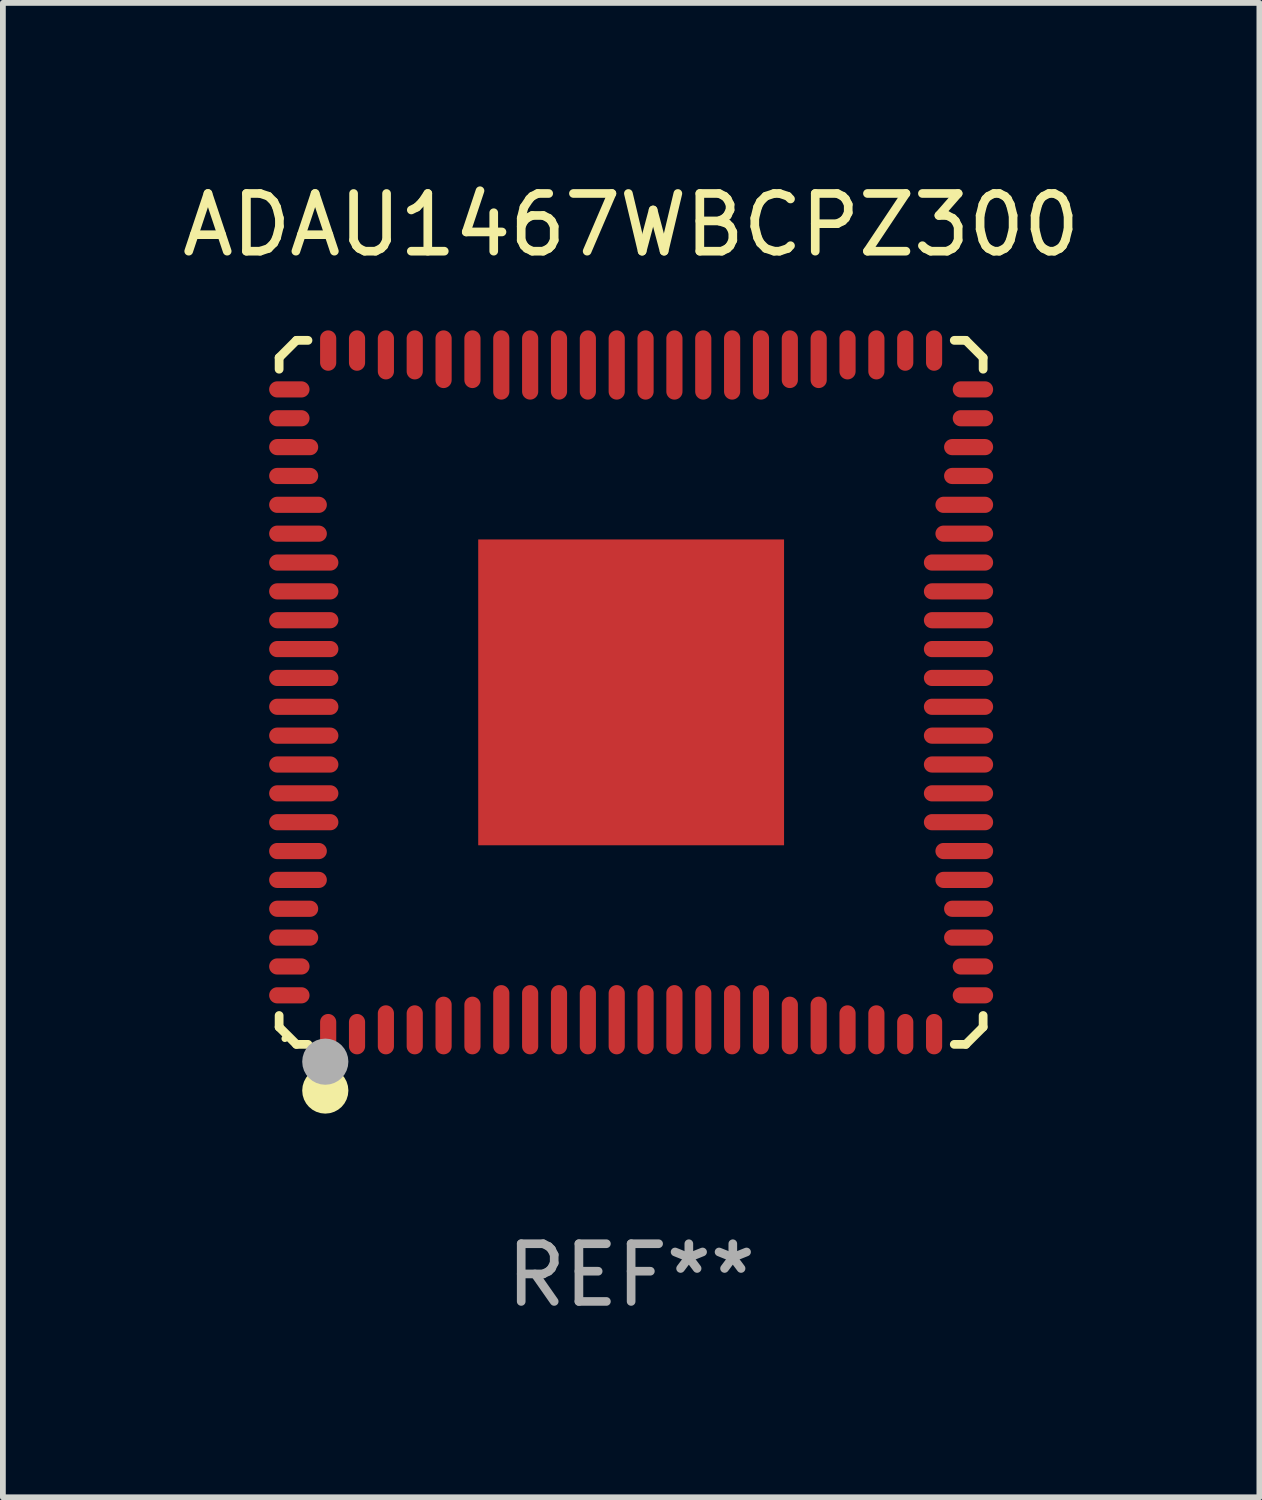
<source format=kicad_pcb>
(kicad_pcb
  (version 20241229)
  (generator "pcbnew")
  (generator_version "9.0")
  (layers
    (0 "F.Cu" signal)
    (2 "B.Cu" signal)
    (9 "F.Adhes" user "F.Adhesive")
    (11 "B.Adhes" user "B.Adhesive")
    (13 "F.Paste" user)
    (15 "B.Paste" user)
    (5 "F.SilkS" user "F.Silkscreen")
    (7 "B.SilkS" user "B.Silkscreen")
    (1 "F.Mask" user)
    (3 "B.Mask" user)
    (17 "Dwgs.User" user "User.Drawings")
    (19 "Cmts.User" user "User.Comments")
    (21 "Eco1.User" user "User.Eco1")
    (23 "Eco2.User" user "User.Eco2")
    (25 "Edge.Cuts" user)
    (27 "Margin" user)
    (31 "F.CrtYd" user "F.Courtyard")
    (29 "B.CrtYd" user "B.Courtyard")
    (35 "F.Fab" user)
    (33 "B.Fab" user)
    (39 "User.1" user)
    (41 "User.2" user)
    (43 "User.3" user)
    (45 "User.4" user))
  (footprint "ADAU1467WBCPZ300"
    (layer "F.Cu")
    (at 7.887 8.948)
    (property "Reference" "ADAU1467WBCPZ300" (at 0 -8.1 0) (layer "F.SilkS") (effects (font (size 1 1) (thickness 0.15))))
    (attr through_hole)
    (fp_line (start -6.1 -5.8) (end -6.1 -5.6) (stroke (width 0.152) (type solid)) (layer "F.SilkS"))
    (fp_line (start -6.1 5.6) (end -6.1 5.8) (stroke (width 0.152) (type solid)) (layer "F.SilkS"))
    (fp_line (start -6.1 5.8) (end -5.8 6.1) (stroke (width 0.152) (type solid)) (layer "F.SilkS"))
    (fp_line (start -5.8 -6.1) (end -6.1 -5.8) (stroke (width 0.152) (type solid)) (layer "F.SilkS"))
    (fp_line (start -5.8 6.1) (end -5.6 6.1) (stroke (width 0.152) (type solid)) (layer "F.SilkS"))
    (fp_line (start -5.6 -6.1) (end -5.8 -6.1) (stroke (width 0.152) (type solid)) (layer "F.SilkS"))
    (fp_line (start 5.6 6.1) (end 5.8 6.1) (stroke (width 0.152) (type solid)) (layer "F.SilkS"))
    (fp_line (start 5.8 -6.1) (end 5.6 -6.1) (stroke (width 0.152) (type solid)) (layer "F.SilkS"))
    (fp_line (start 5.8 6.1) (end 6.1 5.8) (stroke (width 0.152) (type solid)) (layer "F.SilkS"))
    (fp_line (start 6.1 -5.8) (end 5.8 -6.1) (stroke (width 0.152) (type solid)) (layer "F.SilkS"))
    (fp_line (start 6.1 -5.6) (end 6.1 -5.8) (stroke (width 0.152) (type solid)) (layer "F.SilkS"))
    (fp_line (start 6.1 5.8) (end 6.1 5.6) (stroke (width 0.152) (type solid)) (layer "F.SilkS"))
    (fp_circle (center -6 6) (end -5.97 6) (stroke (width 0.06) (type solid)) (fill no) (layer "F.SilkS"))
    (fp_circle (center -5.3 6.9) (end -5.1 6.9) (stroke (width 0.4) (type solid)) (fill no) (layer "F.SilkS"))
    (fp_circle (center -5.3 6.4) (end -5.1 6.4) (stroke (width 0.4) (type solid)) (fill no) (layer "F.Fab"))
    (fp_text user "REF**" (at 0 10.1 0) (layer "F.Fab") (effects (font (size 1 1) (thickness 0.15))))
    (pad "1" smd oval (at -5.25 5.923) (size 0.28 0.7) (layers "F.Cu" "F.Mask" "F.Paste"))
    (pad "2" smd oval (at -4.75 5.923) (size 0.28 0.7) (layers "F.Cu" "F.Mask" "F.Paste"))
    (pad "3" smd oval (at -4.25 5.848) (size 0.28 0.85) (layers "F.Cu" "F.Mask" "F.Paste"))
    (pad "4" smd oval (at -3.75 5.848) (size 0.28 0.85) (layers "F.Cu" "F.Mask" "F.Paste"))
    (pad "5" smd oval (at -3.25 5.773) (size 0.28 1) (layers "F.Cu" "F.Mask" "F.Paste"))
    (pad "6" smd oval (at -2.75 5.773) (size 0.28 1) (layers "F.Cu" "F.Mask" "F.Paste"))
    (pad "7" smd oval (at -2.25 5.673) (size 0.28 1.2) (layers "F.Cu" "F.Mask" "F.Paste"))
    (pad "8" smd oval (at -1.75 5.673) (size 0.28 1.2) (layers "F.Cu" "F.Mask" "F.Paste"))
    (pad "9" smd oval (at -1.25 5.673) (size 0.28 1.2) (layers "F.Cu" "F.Mask" "F.Paste"))
    (pad "10" smd oval (at -0.75 5.673) (size 0.28 1.2) (layers "F.Cu" "F.Mask" "F.Paste"))
    (pad "11" smd oval (at -0.25 5.673) (size 0.28 1.2) (layers "F.Cu" "F.Mask" "F.Paste"))
    (pad "12" smd oval (at 0.25 5.673) (size 0.28 1.2) (layers "F.Cu" "F.Mask" "F.Paste"))
    (pad "13" smd oval (at 0.75 5.673) (size 0.28 1.2) (layers "F.Cu" "F.Mask" "F.Paste"))
    (pad "14" smd oval (at 1.25 5.673) (size 0.28 1.2) (layers "F.Cu" "F.Mask" "F.Paste"))
    (pad "15" smd oval (at 1.75 5.673) (size 0.28 1.2) (layers "F.Cu" "F.Mask" "F.Paste"))
    (pad "16" smd oval (at 2.25 5.673) (size 0.28 1.2) (layers "F.Cu" "F.Mask" "F.Paste"))
    (pad "17" smd oval (at 2.75 5.773) (size 0.28 1) (layers "F.Cu" "F.Mask" "F.Paste"))
    (pad "18" smd oval (at 3.25 5.773) (size 0.28 1) (layers "F.Cu" "F.Mask" "F.Paste"))
    (pad "19" smd oval (at 3.75 5.848) (size 0.28 0.85) (layers "F.Cu" "F.Mask" "F.Paste"))
    (pad "20" smd oval (at 4.25 5.848) (size 0.28 0.85) (layers "F.Cu" "F.Mask" "F.Paste"))
    (pad "21" smd oval (at 4.75 5.923) (size 0.28 0.7) (layers "F.Cu" "F.Mask" "F.Paste"))
    (pad "22" smd oval (at 5.25 5.923) (size 0.28 0.7) (layers "F.Cu" "F.Mask" "F.Paste"))
    (pad "23" smd oval (at 5.923 5.25) (size 0.7 0.28) (layers "F.Cu" "F.Mask" "F.Paste"))
    (pad "24" smd oval (at 5.923 4.75) (size 0.7 0.28) (layers "F.Cu" "F.Mask" "F.Paste"))
    (pad "25" smd oval (at 5.848 4.25) (size 0.85 0.28) (layers "F.Cu" "F.Mask" "F.Paste"))
    (pad "26" smd oval (at 5.848 3.75) (size 0.85 0.28) (layers "F.Cu" "F.Mask" "F.Paste"))
    (pad "27" smd oval (at 5.773 3.25) (size 1 0.28) (layers "F.Cu" "F.Mask" "F.Paste"))
    (pad "28" smd oval (at 5.773 2.75) (size 1 0.28) (layers "F.Cu" "F.Mask" "F.Paste"))
    (pad "29" smd oval (at 5.673 2.25) (size 1.2 0.28) (layers "F.Cu" "F.Mask" "F.Paste"))
    (pad "30" smd oval (at 5.673 1.75) (size 1.2 0.28) (layers "F.Cu" "F.Mask" "F.Paste"))
    (pad "31" smd oval (at 5.673 1.25) (size 1.2 0.28) (layers "F.Cu" "F.Mask" "F.Paste"))
    (pad "32" smd oval (at 5.673 0.75) (size 1.2 0.28) (layers "F.Cu" "F.Mask" "F.Paste"))
    (pad "33" smd oval (at 5.673 0.25) (size 1.2 0.28) (layers "F.Cu" "F.Mask" "F.Paste"))
    (pad "34" smd oval (at 5.673 -0.25) (size 1.2 0.28) (layers "F.Cu" "F.Mask" "F.Paste"))
    (pad "35" smd oval (at 5.673 -0.75) (size 1.2 0.28) (layers "F.Cu" "F.Mask" "F.Paste"))
    (pad "36" smd oval (at 5.673 -1.25) (size 1.2 0.28) (layers "F.Cu" "F.Mask" "F.Paste"))
    (pad "37" smd oval (at 5.673 -1.75) (size 1.2 0.28) (layers "F.Cu" "F.Mask" "F.Paste"))
    (pad "38" smd oval (at 5.673 -2.25) (size 1.2 0.28) (layers "F.Cu" "F.Mask" "F.Paste"))
    (pad "39" smd oval (at 5.773 -2.75) (size 1 0.28) (layers "F.Cu" "F.Mask" "F.Paste"))
    (pad "40" smd oval (at 5.773 -3.25) (size 1 0.28) (layers "F.Cu" "F.Mask" "F.Paste"))
    (pad "41" smd oval (at 5.848 -3.75) (size 0.85 0.28) (layers "F.Cu" "F.Mask" "F.Paste"))
    (pad "42" smd oval (at 5.848 -4.25) (size 0.85 0.28) (layers "F.Cu" "F.Mask" "F.Paste"))
    (pad "43" smd oval (at 5.923 -4.75) (size 0.7 0.28) (layers "F.Cu" "F.Mask" "F.Paste"))
    (pad "44" smd oval (at 5.923 -5.25) (size 0.7 0.28) (layers "F.Cu" "F.Mask" "F.Paste"))
    (pad "45" smd oval (at 5.25 -5.923) (size 0.28 0.7) (layers "F.Cu" "F.Mask" "F.Paste"))
    (pad "46" smd oval (at 4.75 -5.923) (size 0.28 0.7) (layers "F.Cu" "F.Mask" "F.Paste"))
    (pad "47" smd oval (at 4.25 -5.848) (size 0.28 0.85) (layers "F.Cu" "F.Mask" "F.Paste"))
    (pad "48" smd oval (at 3.75 -5.848) (size 0.28 0.85) (layers "F.Cu" "F.Mask" "F.Paste"))
    (pad "49" smd oval (at 3.25 -5.773) (size 0.28 1) (layers "F.Cu" "F.Mask" "F.Paste"))
    (pad "50" smd oval (at 2.75 -5.773) (size 0.28 1) (layers "F.Cu" "F.Mask" "F.Paste"))
    (pad "51" smd oval (at 2.25 -5.673) (size 0.28 1.2) (layers "F.Cu" "F.Mask" "F.Paste"))
    (pad "52" smd oval (at 1.75 -5.673) (size 0.28 1.2) (layers "F.Cu" "F.Mask" "F.Paste"))
    (pad "53" smd oval (at 1.25 -5.673) (size 0.28 1.2) (layers "F.Cu" "F.Mask" "F.Paste"))
    (pad "54" smd oval (at 0.75 -5.673) (size 0.28 1.2) (layers "F.Cu" "F.Mask" "F.Paste"))
    (pad "55" smd oval (at 0.25 -5.673) (size 0.28 1.2) (layers "F.Cu" "F.Mask" "F.Paste"))
    (pad "56" smd oval (at -0.25 -5.673) (size 0.28 1.2) (layers "F.Cu" "F.Mask" "F.Paste"))
    (pad "57" smd oval (at -0.75 -5.673) (size 0.28 1.2) (layers "F.Cu" "F.Mask" "F.Paste"))
    (pad "58" smd oval (at -1.25 -5.673) (size 0.28 1.2) (layers "F.Cu" "F.Mask" "F.Paste"))
    (pad "59" smd oval (at -1.75 -5.673) (size 0.28 1.2) (layers "F.Cu" "F.Mask" "F.Paste"))
    (pad "60" smd oval (at -2.25 -5.673) (size 0.28 1.2) (layers "F.Cu" "F.Mask" "F.Paste"))
    (pad "61" smd oval (at -2.75 -5.773) (size 0.28 1) (layers "F.Cu" "F.Mask" "F.Paste"))
    (pad "62" smd oval (at -3.25 -5.773) (size 0.28 1) (layers "F.Cu" "F.Mask" "F.Paste"))
    (pad "63" smd oval (at -3.75 -5.848) (size 0.28 0.85) (layers "F.Cu" "F.Mask" "F.Paste"))
    (pad "64" smd oval (at -4.25 -5.848) (size 0.28 0.85) (layers "F.Cu" "F.Mask" "F.Paste"))
    (pad "65" smd oval (at -4.75 -5.923) (size 0.28 0.7) (layers "F.Cu" "F.Mask" "F.Paste"))
    (pad "66" smd oval (at -5.25 -5.923) (size 0.28 0.7) (layers "F.Cu" "F.Mask" "F.Paste"))
    (pad "67" smd oval (at -5.923 -5.25) (size 0.7 0.28) (layers "F.Cu" "F.Mask" "F.Paste"))
    (pad "68" smd oval (at -5.923 -4.75) (size 0.7 0.28) (layers "F.Cu" "F.Mask" "F.Paste"))
    (pad "69" smd oval (at -5.848 -4.25) (size 0.85 0.28) (layers "F.Cu" "F.Mask" "F.Paste"))
    (pad "70" smd oval (at -5.848 -3.75) (size 0.85 0.28) (layers "F.Cu" "F.Mask" "F.Paste"))
    (pad "71" smd oval (at -5.773 -3.25) (size 1 0.28) (layers "F.Cu" "F.Mask" "F.Paste"))
    (pad "72" smd oval (at -5.773 -2.75) (size 1 0.28) (layers "F.Cu" "F.Mask" "F.Paste"))
    (pad "73" smd oval (at -5.673 -2.25) (size 1.2 0.28) (layers "F.Cu" "F.Mask" "F.Paste"))
    (pad "74" smd oval (at -5.673 -1.75) (size 1.2 0.28) (layers "F.Cu" "F.Mask" "F.Paste"))
    (pad "75" smd oval (at -5.673 -1.25) (size 1.2 0.28) (layers "F.Cu" "F.Mask" "F.Paste"))
    (pad "76" smd oval (at -5.673 -0.75) (size 1.2 0.28) (layers "F.Cu" "F.Mask" "F.Paste"))
    (pad "77" smd oval (at -5.673 -0.25) (size 1.2 0.28) (layers "F.Cu" "F.Mask" "F.Paste"))
    (pad "78" smd oval (at -5.673 0.25) (size 1.2 0.28) (layers "F.Cu" "F.Mask" "F.Paste"))
    (pad "79" smd oval (at -5.673 0.75) (size 1.2 0.28) (layers "F.Cu" "F.Mask" "F.Paste"))
    (pad "80" smd oval (at -5.673 1.25) (size 1.2 0.28) (layers "F.Cu" "F.Mask" "F.Paste"))
    (pad "81" smd oval (at -5.673 1.75) (size 1.2 0.28) (layers "F.Cu" "F.Mask" "F.Paste"))
    (pad "82" smd oval (at -5.673 2.25) (size 1.2 0.28) (layers "F.Cu" "F.Mask" "F.Paste"))
    (pad "83" smd oval (at -5.773 2.75) (size 1 0.28) (layers "F.Cu" "F.Mask" "F.Paste"))
    (pad "84" smd oval (at -5.773 3.25) (size 1 0.28) (layers "F.Cu" "F.Mask" "F.Paste"))
    (pad "85" smd oval (at -5.848 3.75) (size 0.85 0.28) (layers "F.Cu" "F.Mask" "F.Paste"))
    (pad "86" smd oval (at -5.848 4.25) (size 0.85 0.28) (layers "F.Cu" "F.Mask" "F.Paste"))
    (pad "87" smd oval (at -5.923 4.75) (size 0.7 0.28) (layers "F.Cu" "F.Mask" "F.Paste"))
    (pad "88" smd oval (at -5.923 5.25) (size 0.7 0.28) (layers "F.Cu" "F.Mask" "F.Paste"))
    (pad "89" smd rect (at 0 0.000013) (size 5.3 5.3) (layers "F.Cu" "F.Mask" "F.Paste")))
  (gr_rect
    (start -3 -3)
    (end 18.774 22.897)
    (stroke (width 0.1) (type default))
    (fill no)
    (layer "Edge.Cuts")))
</source>
